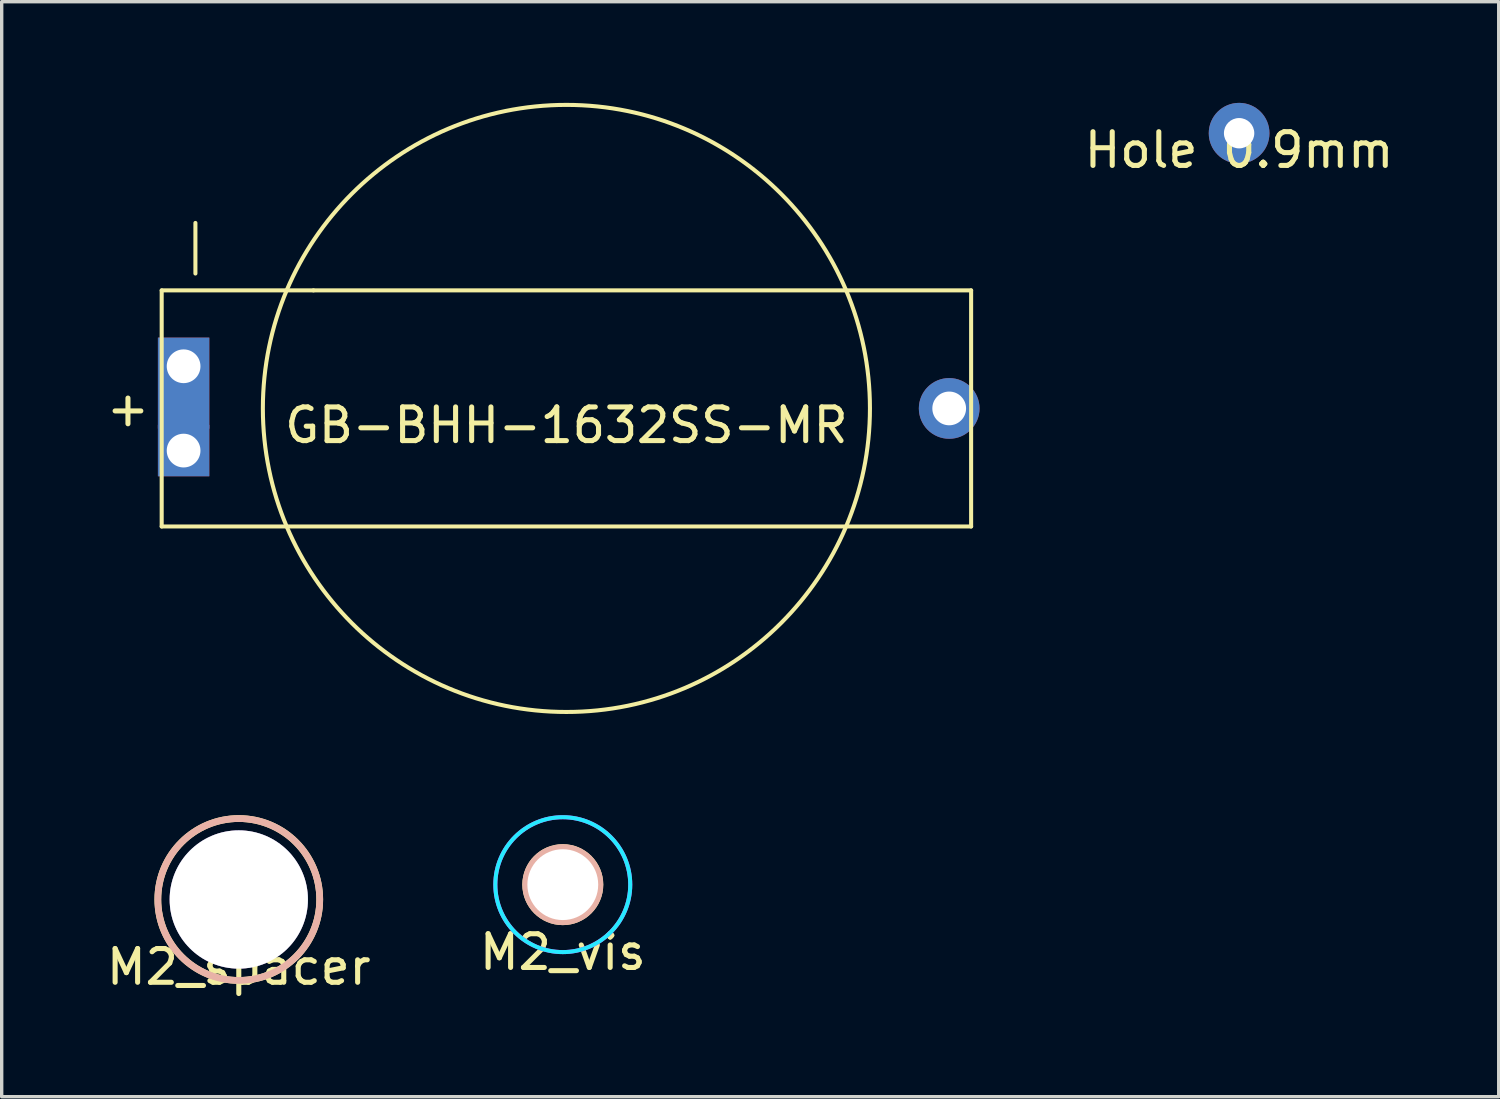
<source format=kicad_pcb>
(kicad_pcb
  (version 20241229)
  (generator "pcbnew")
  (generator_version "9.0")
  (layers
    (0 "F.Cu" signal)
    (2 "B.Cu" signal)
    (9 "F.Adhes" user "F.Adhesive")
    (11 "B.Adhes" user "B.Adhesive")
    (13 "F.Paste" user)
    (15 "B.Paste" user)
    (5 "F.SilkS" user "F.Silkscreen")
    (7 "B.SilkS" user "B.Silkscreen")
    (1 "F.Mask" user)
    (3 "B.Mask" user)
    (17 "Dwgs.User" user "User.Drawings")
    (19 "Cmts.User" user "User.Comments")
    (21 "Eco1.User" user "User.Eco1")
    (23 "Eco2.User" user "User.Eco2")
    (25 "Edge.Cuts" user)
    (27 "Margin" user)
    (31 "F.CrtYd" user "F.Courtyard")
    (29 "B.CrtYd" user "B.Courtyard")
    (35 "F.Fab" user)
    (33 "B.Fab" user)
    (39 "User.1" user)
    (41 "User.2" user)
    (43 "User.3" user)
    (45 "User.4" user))
  (footprint "M2_spacer"
    (layer "F.Cu")
    (at 4.03 23.62)
    (property "Reference" "M2_spacer" (at 0 2 0) (layer "F.SilkS") (effects (font (size 1 1) (thickness 0.15))))
    (attr through_hole)
    (fp_circle (center 0 0) (end 2.4 0) (stroke (width 0.2) (type solid)) (fill no) (layer "F.SilkS"))
    (fp_circle (center 0 0) (end 2.4 0) (stroke (width 0.2) (type solid)) (fill no) (layer "B.SilkS"))
    (pad "" thru_hole circle (at 0 0) (size 4.1 4.1) (drill 4.1) (layers "*.Cu" "*.Mask")))
  (footprint "Hole 0.9mm"
    (layer "F.Cu")
    (at 33.69 0.9)
    (property "Reference" "Hole 0.9mm" (at 0 0.5 0) (layer "F.SilkS") (effects (font (size 1 1) (thickness 0.15))))
    (attr through_hole)
    (pad "1" thru_hole circle (at 0 0) (size 1.8 1.8) (drill 0.9) (layers "*.Cu" "*.Mask")))
  (footprint "M2_vis"
    (layer "F.Cu")
    (at 13.637 23.18)
    (property "Reference" "M2_vis" (at 0 2 0) (layer "F.SilkS") (effects (font (size 1 1) (thickness 0.15))))
    (attr through_hole)
    (fp_circle (center 0 0) (end 1 0) (stroke (width 0.4) (type solid)) (fill no) (layer "F.SilkS"))
    (fp_circle (center 0 0) (end 1 0) (stroke (width 0.4) (type solid)) (fill no) (layer "B.SilkS"))
    (fp_circle (center 0 0) (end 2 0) (stroke (width 0.12) (type solid)) (fill no) (layer "B.CrtYd"))
    (fp_circle (center 0 0) (end 2 0) (stroke (width 0.12) (type solid)) (fill no) (layer "F.CrtYd"))
    (pad "" np_thru_hole circle (at 0 0) (size 2.1 2.1) (drill 2.1) (layers "*.Cu" "*.Mask")))
  (footprint "GB-BHH-1632SS-MR"
    (layer "F.Cu")
    (at 13.744 9.06)
    (property "Reference" "GB-BHH-1632SS-MR" (at 0 0.5 0) (layer "F.SilkS") (effects (font (size 1 1) (thickness 0.15))))
    (attr through_hole)
    (fp_line (start -12 -3.5) (end -12 3.5) (stroke (width 0.12) (type solid)) (layer "F.SilkS"))
    (fp_line (start -12 -3.5) (end -7.5 -3.5) (stroke (width 0.12) (type solid)) (layer "F.SilkS"))
    (fp_line (start -12 3.5) (end 12 3.5) (stroke (width 0.12) (type solid)) (layer "F.SilkS"))
    (fp_line (start -11 -4) (end -11 -5.5) (stroke (width 0.12) (type solid)) (layer "F.SilkS"))
    (fp_line (start 12 -3.5) (end -7.5 -3.5) (stroke (width 0.12) (type solid)) (layer "F.SilkS"))
    (fp_line (start 12 3.5) (end 12 -3.5) (stroke (width 0.12) (type solid)) (layer "F.SilkS"))
    (fp_circle (center 0 0) (end 9 0) (stroke (width 0.12) (type solid)) (fill no) (layer "F.SilkS"))
    (fp_text user "+" (at -13 0 0) (layer "F.SilkS") (effects (font (size 1 1) (thickness 0.15))))
    (pad "1" thru_hole rect (at -11.35 -1.25) (size 1.524 2.7) (drill 1 (offset 0 0.5)) (layers "*.Cu" "*.Mask"))
    (pad "1" thru_hole rect (at -11.35 1.25) (size 1.524 1.524) (drill 1) (layers "*.Cu" "*.Mask"))
    (pad "2" thru_hole circle (at 11.35 0) (size 1.8 1.8) (drill 1) (layers "*.Cu" "*.Mask")))
  (gr_rect
    (start -3 -3)
    (end 41.387 29.468)
    (stroke (width 0.1) (type default))
    (fill no)
    (layer "Edge.Cuts")))
</source>
